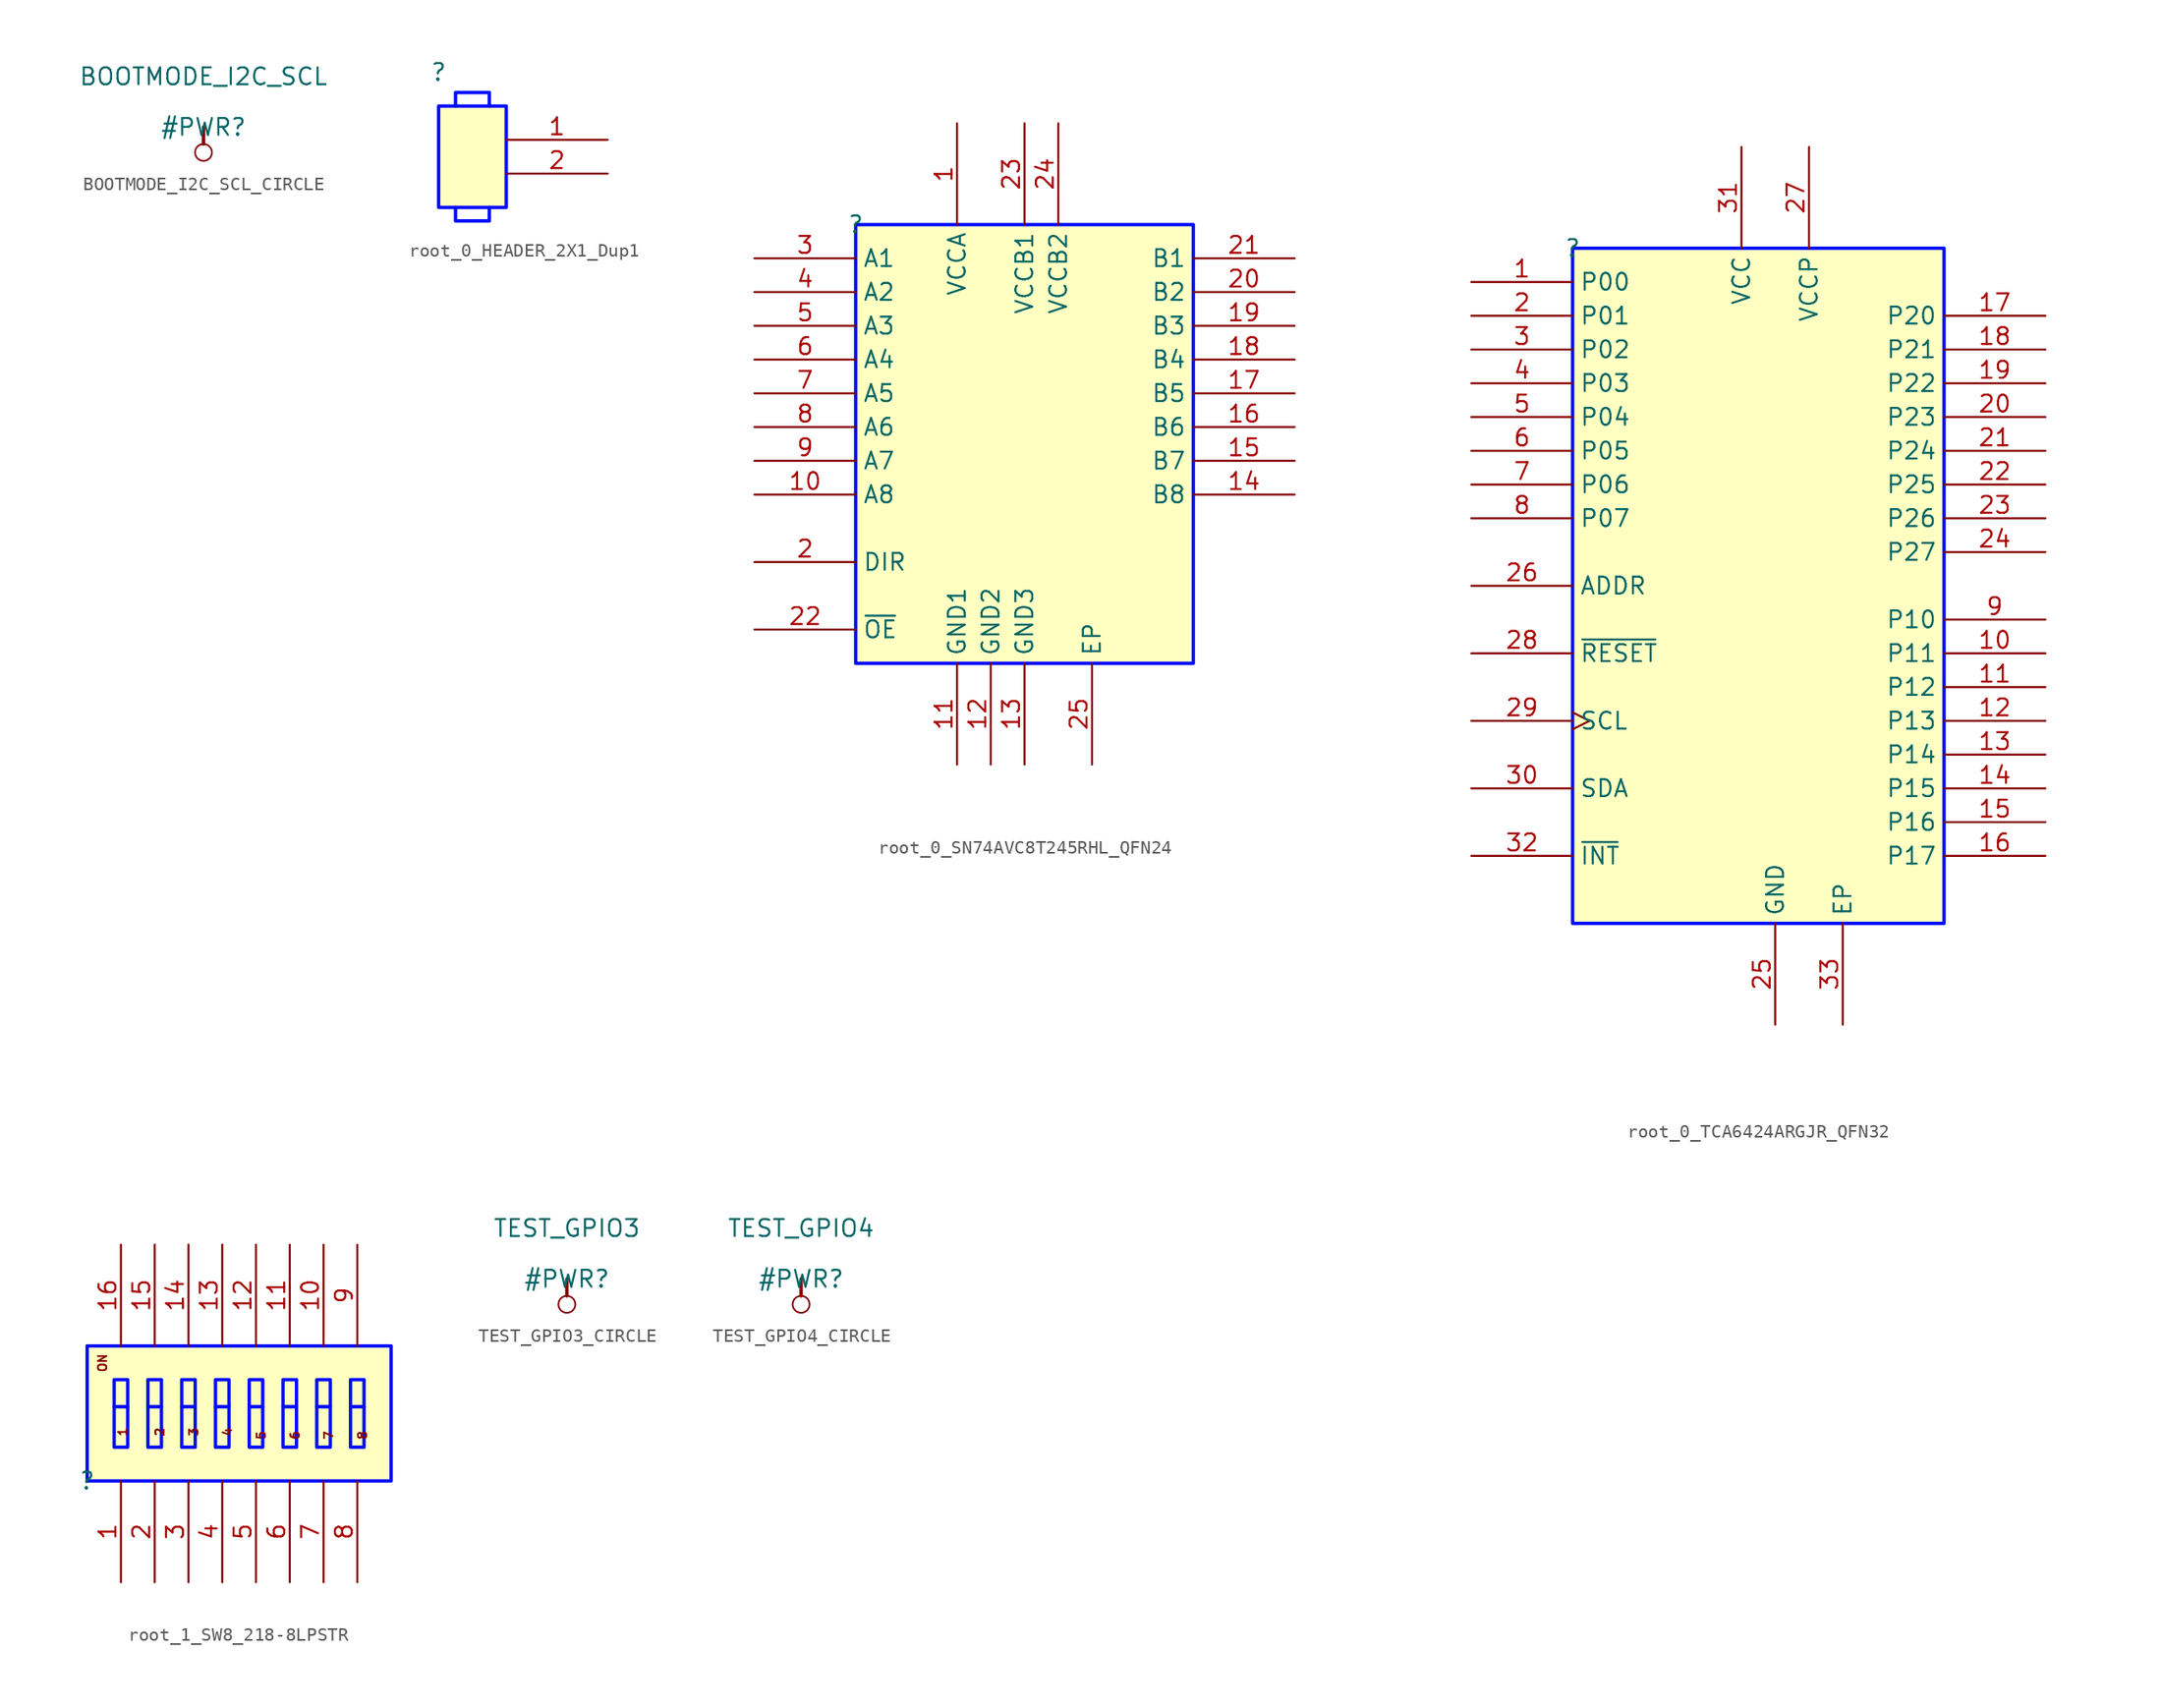
<source format=kicad_sym>
(kicad_symbol_lib
  (version 20231120)
  (generator "kicad_symbol_editor")
  (generator_version "8.0")
  (symbol "BOOTMODE_I2C_SCL_CIRCLE"
    (power)
    (property "Reference" "#PWR"
      (at 0 0 0)
      (effects (font (size 1.27 1.27))))
    (property "Value" "BOOTMODE_I2C_SCL"
      (at 0 3.81 0)
      (effects (font (size 1.27 1.27))))
    (symbol "BOOTMODE_I2C_SCL_CIRCLE_0_0"
      (circle (center 0 -1.905) (radius 0.635) (stroke (width 0.127) (type solid)) (fill (type none)))
      (polyline (pts (xy 0 0) (xy 0 -1.27)) (stroke (width 0.254) (type solid)) (fill (type none)))
      (pin power_in line (at 0 0 0) (length 0) hide (name "BOOTMODE_I2C_SCL" (effects (font (size 1.27 1.27)))) (number "" (effects (font (size 1.27 1.27)))))))
  (symbol "root_0_HEADER_2X1_Dup1"
    (property "Reference" ""
      (at 0 0 0)
      (effects (font (size 1.27 1.27))))
    (property "Value" ""
      (at 0 0 0)
      (effects (font (size 1.27 1.27))))
    (symbol "root_0_HEADER_2X1_Dup1_1_0"
      (polyline (pts (xy 1.27 -10.16) (xy 1.27 -10.414) (xy 1.27 -11.176) (xy 3.81 -11.176) (xy 3.81 -10.16)) (stroke (width 0.254) (type solid) (color 0 11 255 1)) (fill (type none)))
      (polyline (pts (xy 3.81 -2.54) (xy 3.81 -2.286) (xy 3.81 -1.524) (xy 1.27 -1.524) (xy 1.27 -2.54)) (stroke (width 0.254) (type solid) (color 0 11 255 1)) (fill (type none)))
      (rectangle (start 5.08 -2.54) (end 0 -10.16) (stroke (width 0.254) (type solid) (color 0 11 255 1)) (fill (type background)))
      (pin passive line (at 12.7 -5.08 180) (length 7.62) (name "1" (effects (font (size 0 0)))) (number "1" (effects (font (size 1.27 1.27)))))
      (pin passive line (at 12.7 -7.62 180) (length 7.62) (name "2" (effects (font (size 0 0)))) (number "2" (effects (font (size 1.27 1.27)))))))
  (symbol "root_0_SN74AVC8T245RHL_QFN24"
    (property "Reference" ""
      (at 0 0 0)
      (effects (font (size 1.27 1.27))))
    (property "Value" ""
      (at 0 0 0)
      (effects (font (size 1.27 1.27))))
    (symbol "root_0_SN74AVC8T245RHL_QFN24_1_0"
      (rectangle (start 25.4 0) (end 0 -33.02) (stroke (width 0.254) (type solid) (color 0 11 255 1)) (fill (type background)))
      (pin power_in line (at 7.62 7.62 270) (length 7.62) (name "VCCA" (effects (font (size 1.27 1.27)))) (number "1" (effects (font (size 1.27 1.27)))))
      (pin bidirectional line (at -7.62 -20.32 0) (length 7.62) (name "A8" (effects (font (size 1.27 1.27)))) (number "10" (effects (font (size 1.27 1.27)))))
      (pin power_in line (at 7.62 -40.64 90) (length 7.62) (name "GND1" (effects (font (size 1.27 1.27)))) (number "11" (effects (font (size 1.27 1.27)))))
      (pin power_in line (at 10.16 -40.64 90) (length 7.62) (name "GND2" (effects (font (size 1.27 1.27)))) (number "12" (effects (font (size 1.27 1.27)))))
      (pin power_in line (at 12.7 -40.64 90) (length 7.62) (name "GND3" (effects (font (size 1.27 1.27)))) (number "13" (effects (font (size 1.27 1.27)))))
      (pin bidirectional line (at 33.02 -20.32 180) (length 7.62) (name "B8" (effects (font (size 1.27 1.27)))) (number "14" (effects (font (size 1.27 1.27)))))
      (pin bidirectional line (at 33.02 -17.78 180) (length 7.62) (name "B7" (effects (font (size 1.27 1.27)))) (number "15" (effects (font (size 1.27 1.27)))))
      (pin bidirectional line (at 33.02 -15.24 180) (length 7.62) (name "B6" (effects (font (size 1.27 1.27)))) (number "16" (effects (font (size 1.27 1.27)))))
      (pin bidirectional line (at 33.02 -12.7 180) (length 7.62) (name "B5" (effects (font (size 1.27 1.27)))) (number "17" (effects (font (size 1.27 1.27)))))
      (pin bidirectional line (at 33.02 -10.16 180) (length 7.62) (name "B4" (effects (font (size 1.27 1.27)))) (number "18" (effects (font (size 1.27 1.27)))))
      (pin bidirectional line (at 33.02 -7.62 180) (length 7.62) (name "B3" (effects (font (size 1.27 1.27)))) (number "19" (effects (font (size 1.27 1.27)))))
      (pin input line (at -7.62 -25.4 0) (length 7.62) (name "DIR" (effects (font (size 1.27 1.27)))) (number "2" (effects (font (size 1.27 1.27)))))
      (pin bidirectional line (at 33.02 -5.08 180) (length 7.62) (name "B2" (effects (font (size 1.27 1.27)))) (number "20" (effects (font (size 1.27 1.27)))))
      (pin bidirectional line (at 33.02 -2.54 180) (length 7.62) (name "B1" (effects (font (size 1.27 1.27)))) (number "21" (effects (font (size 1.27 1.27)))))
      (pin input line (at -7.62 -30.48 0) (length 7.62) (name "~{OE}" (effects (font (size 1.27 1.27)))) (number "22" (effects (font (size 1.27 1.27)))))
      (pin power_in line (at 12.7 7.62 270) (length 7.62) (name "VCCB1" (effects (font (size 1.27 1.27)))) (number "23" (effects (font (size 1.27 1.27)))))
      (pin power_in line (at 15.24 7.62 270) (length 7.62) (name "VCCB2" (effects (font (size 1.27 1.27)))) (number "24" (effects (font (size 1.27 1.27)))))
      (pin power_in line (at 17.78 -40.64 90) (length 7.62) (name "EP" (effects (font (size 1.27 1.27)))) (number "25" (effects (font (size 1.27 1.27)))))
      (pin bidirectional line (at -7.62 -2.54 0) (length 7.62) (name "A1" (effects (font (size 1.27 1.27)))) (number "3" (effects (font (size 1.27 1.27)))))
      (pin bidirectional line (at -7.62 -5.08 0) (length 7.62) (name "A2" (effects (font (size 1.27 1.27)))) (number "4" (effects (font (size 1.27 1.27)))))
      (pin bidirectional line (at -7.62 -7.62 0) (length 7.62) (name "A3" (effects (font (size 1.27 1.27)))) (number "5" (effects (font (size 1.27 1.27)))))
      (pin bidirectional line (at -7.62 -10.16 0) (length 7.62) (name "A4" (effects (font (size 1.27 1.27)))) (number "6" (effects (font (size 1.27 1.27)))))
      (pin bidirectional line (at -7.62 -12.7 0) (length 7.62) (name "A5" (effects (font (size 1.27 1.27)))) (number "7" (effects (font (size 1.27 1.27)))))
      (pin bidirectional line (at -7.62 -15.24 0) (length 7.62) (name "A6" (effects (font (size 1.27 1.27)))) (number "8" (effects (font (size 1.27 1.27)))))
      (pin bidirectional line (at -7.62 -17.78 0) (length 7.62) (name "A7" (effects (font (size 1.27 1.27)))) (number "9" (effects (font (size 1.27 1.27)))))))
  (symbol "root_0_TCA6424ARGJR_QFN32"
    (property "Reference" ""
      (at 0 0 0)
      (effects (font (size 1.27 1.27))))
    (property "Value" ""
      (at 0 0 0)
      (effects (font (size 1.27 1.27))))
    (symbol "root_0_TCA6424ARGJR_QFN32_1_0"
      (rectangle (start 27.94 0) (end 0 -50.8) (stroke (width 0.254) (type solid) (color 0 11 255 1)) (fill (type background)))
      (pin bidirectional line (at -7.62 -2.54 0) (length 7.62) (name "P00" (effects (font (size 1.27 1.27)))) (number "1" (effects (font (size 1.27 1.27)))))
      (pin bidirectional line (at 35.56 -30.48 180) (length 7.62) (name "P11" (effects (font (size 1.27 1.27)))) (number "10" (effects (font (size 1.27 1.27)))))
      (pin bidirectional line (at 35.56 -33.02 180) (length 7.62) (name "P12" (effects (font (size 1.27 1.27)))) (number "11" (effects (font (size 1.27 1.27)))))
      (pin bidirectional line (at 35.56 -35.56 180) (length 7.62) (name "P13" (effects (font (size 1.27 1.27)))) (number "12" (effects (font (size 1.27 1.27)))))
      (pin bidirectional line (at 35.56 -38.1 180) (length 7.62) (name "P14" (effects (font (size 1.27 1.27)))) (number "13" (effects (font (size 1.27 1.27)))))
      (pin bidirectional line (at 35.56 -40.64 180) (length 7.62) (name "P15" (effects (font (size 1.27 1.27)))) (number "14" (effects (font (size 1.27 1.27)))))
      (pin bidirectional line (at 35.56 -43.18 180) (length 7.62) (name "P16" (effects (font (size 1.27 1.27)))) (number "15" (effects (font (size 1.27 1.27)))))
      (pin bidirectional line (at 35.56 -45.72 180) (length 7.62) (name "P17" (effects (font (size 1.27 1.27)))) (number "16" (effects (font (size 1.27 1.27)))))
      (pin bidirectional line (at 35.56 -5.08 180) (length 7.62) (name "P20" (effects (font (size 1.27 1.27)))) (number "17" (effects (font (size 1.27 1.27)))))
      (pin bidirectional line (at 35.56 -7.62 180) (length 7.62) (name "P21" (effects (font (size 1.27 1.27)))) (number "18" (effects (font (size 1.27 1.27)))))
      (pin bidirectional line (at 35.56 -10.16 180) (length 7.62) (name "P22" (effects (font (size 1.27 1.27)))) (number "19" (effects (font (size 1.27 1.27)))))
      (pin bidirectional line (at -7.62 -5.08 0) (length 7.62) (name "P01" (effects (font (size 1.27 1.27)))) (number "2" (effects (font (size 1.27 1.27)))))
      (pin bidirectional line (at 35.56 -12.7 180) (length 7.62) (name "P23" (effects (font (size 1.27 1.27)))) (number "20" (effects (font (size 1.27 1.27)))))
      (pin bidirectional line (at 35.56 -15.24 180) (length 7.62) (name "P24" (effects (font (size 1.27 1.27)))) (number "21" (effects (font (size 1.27 1.27)))))
      (pin bidirectional line (at 35.56 -17.78 180) (length 7.62) (name "P25" (effects (font (size 1.27 1.27)))) (number "22" (effects (font (size 1.27 1.27)))))
      (pin bidirectional line (at 35.56 -20.32 180) (length 7.62) (name "P26" (effects (font (size 1.27 1.27)))) (number "23" (effects (font (size 1.27 1.27)))))
      (pin bidirectional line (at 35.56 -22.86 180) (length 7.62) (name "P27" (effects (font (size 1.27 1.27)))) (number "24" (effects (font (size 1.27 1.27)))))
      (pin power_in line (at 15.24 -58.42 90) (length 7.62) (name "GND" (effects (font (size 1.27 1.27)))) (number "25" (effects (font (size 1.27 1.27)))))
      (pin bidirectional line (at -7.62 -25.4 0) (length 7.62) (name "ADDR" (effects (font (size 1.27 1.27)))) (number "26" (effects (font (size 1.27 1.27)))))
      (pin power_in line (at 17.78 7.62 270) (length 7.62) (name "VCCP" (effects (font (size 1.27 1.27)))) (number "27" (effects (font (size 1.27 1.27)))))
      (pin input line (at -7.62 -30.48 0) (length 7.62) (name "~{RESET}" (effects (font (size 1.27 1.27)))) (number "28" (effects (font (size 1.27 1.27)))))
      (pin input clock (at -7.62 -35.56 0) (length 7.62) (name "SCL" (effects (font (size 1.27 1.27)))) (number "29" (effects (font (size 1.27 1.27)))))
      (pin bidirectional line (at -7.62 -7.62 0) (length 7.62) (name "P02" (effects (font (size 1.27 1.27)))) (number "3" (effects (font (size 1.27 1.27)))))
      (pin bidirectional line (at -7.62 -40.64 0) (length 7.62) (name "SDA" (effects (font (size 1.27 1.27)))) (number "30" (effects (font (size 1.27 1.27)))))
      (pin power_in line (at 12.7 7.62 270) (length 7.62) (name "VCC" (effects (font (size 1.27 1.27)))) (number "31" (effects (font (size 1.27 1.27)))))
      (pin input line (at -7.62 -45.72 0) (length 7.62) (name "~{INT}" (effects (font (size 1.27 1.27)))) (number "32" (effects (font (size 1.27 1.27)))))
      (pin power_in line (at 20.32 -58.42 90) (length 7.62) (name "EP" (effects (font (size 1.27 1.27)))) (number "33" (effects (font (size 1.27 1.27)))))
      (pin bidirectional line (at -7.62 -10.16 0) (length 7.62) (name "P03" (effects (font (size 1.27 1.27)))) (number "4" (effects (font (size 1.27 1.27)))))
      (pin bidirectional line (at -7.62 -12.7 0) (length 7.62) (name "P04" (effects (font (size 1.27 1.27)))) (number "5" (effects (font (size 1.27 1.27)))))
      (pin bidirectional line (at -7.62 -15.24 0) (length 7.62) (name "P05" (effects (font (size 1.27 1.27)))) (number "6" (effects (font (size 1.27 1.27)))))
      (pin bidirectional line (at -7.62 -17.78 0) (length 7.62) (name "P06" (effects (font (size 1.27 1.27)))) (number "7" (effects (font (size 1.27 1.27)))))
      (pin bidirectional line (at -7.62 -20.32 0) (length 7.62) (name "P07" (effects (font (size 1.27 1.27)))) (number "8" (effects (font (size 1.27 1.27)))))
      (pin bidirectional line (at 35.56 -27.94 180) (length 7.62) (name "P10" (effects (font (size 1.27 1.27)))) (number "9" (effects (font (size 1.27 1.27)))))))
  (symbol "root_1_SW8_218-8LPSTR"
    (property "Reference" ""
      (at 0 0 0)
      (effects (font (size 1.27 1.27))))
    (property "Value" ""
      (at 0 0 0)
      (effects (font (size 1.27 1.27))))
    (symbol "root_1_SW8_218-8LPSTR_1_0"
      (rectangle (start 3.048 5.588) (end 2.032 2.54) (stroke (width 0.254) (type solid) (color 0 11 255 1)) (fill (type background)))
      (rectangle (start 3.048 7.62) (end 2.032 5.588) (stroke (width 0.254) (type solid) (color 0 11 255 1)) (fill (type background)))
      (rectangle (start 5.588 5.588) (end 4.572 2.54) (stroke (width 0.254) (type solid) (color 0 11 255 1)) (fill (type background)))
      (rectangle (start 5.588 7.62) (end 4.572 5.588) (stroke (width 0.254) (type solid) (color 0 11 255 1)) (fill (type background)))
      (rectangle (start 8.128 5.588) (end 7.112 2.54) (stroke (width 0.254) (type solid) (color 0 11 255 1)) (fill (type background)))
      (rectangle (start 8.128 7.62) (end 7.112 5.588) (stroke (width 0.254) (type solid) (color 0 11 255 1)) (fill (type background)))
      (rectangle (start 10.668 5.588) (end 9.652 2.54) (stroke (width 0.254) (type solid) (color 0 11 255 1)) (fill (type background)))
      (rectangle (start 10.668 7.62) (end 9.652 5.588) (stroke (width 0.254) (type solid) (color 0 11 255 1)) (fill (type background)))
      (rectangle (start 13.208 5.588) (end 12.192 2.54) (stroke (width 0.254) (type solid) (color 0 11 255 1)) (fill (type background)))
      (rectangle (start 13.208 7.62) (end 12.192 5.588) (stroke (width 0.254) (type solid) (color 0 11 255 1)) (fill (type background)))
      (rectangle (start 15.748 5.588) (end 14.732 2.54) (stroke (width 0.254) (type solid) (color 0 11 255 1)) (fill (type background)))
      (rectangle (start 15.748 7.62) (end 14.732 5.588) (stroke (width 0.254) (type solid) (color 0 11 255 1)) (fill (type background)))
      (rectangle (start 18.288 5.588) (end 17.272 2.54) (stroke (width 0.254) (type solid) (color 0 11 255 1)) (fill (type background)))
      (rectangle (start 18.288 7.62) (end 17.272 5.588) (stroke (width 0.254) (type solid) (color 0 11 255 1)) (fill (type background)))
      (rectangle (start 20.828 5.588) (end 19.812 2.54) (stroke (width 0.254) (type solid) (color 0 11 255 1)) (fill (type background)))
      (rectangle (start 20.828 7.62) (end 19.812 5.588) (stroke (width 0.254) (type solid) (color 0 11 255 1)) (fill (type background)))
      (rectangle (start 22.86 10.16) (end 0 0) (stroke (width 0.254) (type solid) (color 0 11 255 1)) (fill (type background)))
      (text "1" (at 3.048 3.302 900) (effects (font (size 0.635 0.635) (bold yes)) (justify left bottom)))
      (text "2" (at 5.842 3.302 900) (effects (font (size 0.635 0.635) (bold yes)) (justify left bottom)))
      (text "3" (at 8.382 3.302 900) (effects (font (size 0.635 0.635) (bold yes)) (justify left bottom)))
      (text "4" (at 10.922 3.302 900) (effects (font (size 0.635 0.635) (bold yes)) (justify left bottom)))
      (text "5" (at 13.462 3.048 900) (effects (font (size 0.635 0.635) (bold yes)) (justify left bottom)))
      (text "6" (at 16.002 3.048 900) (effects (font (size 0.635 0.635) (bold yes)) (justify left bottom)))
      (text "7" (at 18.542 3.048 900) (effects (font (size 0.635 0.635) (bold yes)) (justify left bottom)))
      (text "8" (at 21.082 3.048 900) (effects (font (size 0.635 0.635) (bold yes)) (justify left bottom)))
      (text "ON" (at 1.524 8.128 900) (effects (font (size 0.635 0.635) (bold yes)) (justify left bottom)))
      (pin passive line (at 2.54 -7.62 90) (length 7.62) (name "1" (effects (font (size 0 0)))) (number "1" (effects (font (size 1.27 1.27)))))
      (pin passive line (at 17.78 17.78 270) (length 7.62) (name "10" (effects (font (size 0 0)))) (number "10" (effects (font (size 1.27 1.27)))))
      (pin passive line (at 15.24 17.78 270) (length 7.62) (name "11" (effects (font (size 0 0)))) (number "11" (effects (font (size 1.27 1.27)))))
      (pin passive line (at 12.7 17.78 270) (length 7.62) (name "12" (effects (font (size 0 0)))) (number "12" (effects (font (size 1.27 1.27)))))
      (pin passive line (at 10.16 17.78 270) (length 7.62) (name "13" (effects (font (size 0 0)))) (number "13" (effects (font (size 1.27 1.27)))))
      (pin passive line (at 7.62 17.78 270) (length 7.62) (name "14" (effects (font (size 0 0)))) (number "14" (effects (font (size 1.27 1.27)))))
      (pin passive line (at 5.08 17.78 270) (length 7.62) (name "15" (effects (font (size 0 0)))) (number "15" (effects (font (size 1.27 1.27)))))
      (pin passive line (at 2.54 17.78 270) (length 7.62) (name "16" (effects (font (size 0 0)))) (number "16" (effects (font (size 1.27 1.27)))))
      (pin passive line (at 5.08 -7.62 90) (length 7.62) (name "2" (effects (font (size 0 0)))) (number "2" (effects (font (size 1.27 1.27)))))
      (pin passive line (at 7.62 -7.62 90) (length 7.62) (name "3" (effects (font (size 0 0)))) (number "3" (effects (font (size 1.27 1.27)))))
      (pin passive line (at 10.16 -7.62 90) (length 7.62) (name "4" (effects (font (size 0 0)))) (number "4" (effects (font (size 1.27 1.27)))))
      (pin passive line (at 12.7 -7.62 90) (length 7.62) (name "5" (effects (font (size 0 0)))) (number "5" (effects (font (size 1.27 1.27)))))
      (pin passive line (at 15.24 -7.62 90) (length 7.62) (name "6" (effects (font (size 0 0)))) (number "6" (effects (font (size 1.27 1.27)))))
      (pin passive line (at 17.78 -7.62 90) (length 7.62) (name "7" (effects (font (size 0 0)))) (number "7" (effects (font (size 1.27 1.27)))))
      (pin passive line (at 20.32 -7.62 90) (length 7.62) (name "8" (effects (font (size 0 0)))) (number "8" (effects (font (size 1.27 1.27)))))
      (pin passive line (at 20.32 17.78 270) (length 7.62) (name "9" (effects (font (size 0 0)))) (number "9" (effects (font (size 1.27 1.27)))))))
  (symbol "TEST_GPIO3_CIRCLE"
    (power)
    (property "Reference" "#PWR"
      (at 0 0 0)
      (effects (font (size 1.27 1.27))))
    (property "Value" "TEST_GPIO3"
      (at 0 3.81 0)
      (effects (font (size 1.27 1.27))))
    (symbol "TEST_GPIO3_CIRCLE_0_0"
      (circle (center 0 -1.905) (radius 0.635) (stroke (width 0.127) (type solid)) (fill (type none)))
      (polyline (pts (xy 0 0) (xy 0 -1.27)) (stroke (width 0.254) (type solid)) (fill (type none)))
      (pin power_in line (at 0 0 0) (length 0) hide (name "TEST_GPIO3" (effects (font (size 1.27 1.27)))) (number "" (effects (font (size 1.27 1.27)))))))
  (symbol "TEST_GPIO4_CIRCLE"
    (power)
    (property "Reference" "#PWR"
      (at 0 0 0)
      (effects (font (size 1.27 1.27))))
    (property "Value" "TEST_GPIO4"
      (at 0 3.81 0)
      (effects (font (size 1.27 1.27))))
    (symbol "TEST_GPIO4_CIRCLE_0_0"
      (circle (center 0 -1.905) (radius 0.635) (stroke (width 0.127) (type solid)) (fill (type none)))
      (polyline (pts (xy 0 0) (xy 0 -1.27)) (stroke (width 0.254) (type solid)) (fill (type none)))
      (pin power_in line (at 0 0 0) (length 0) hide (name "TEST_GPIO4" (effects (font (size 1.27 1.27)))) (number "" (effects (font (size 1.27 1.27))))))))
</source>
